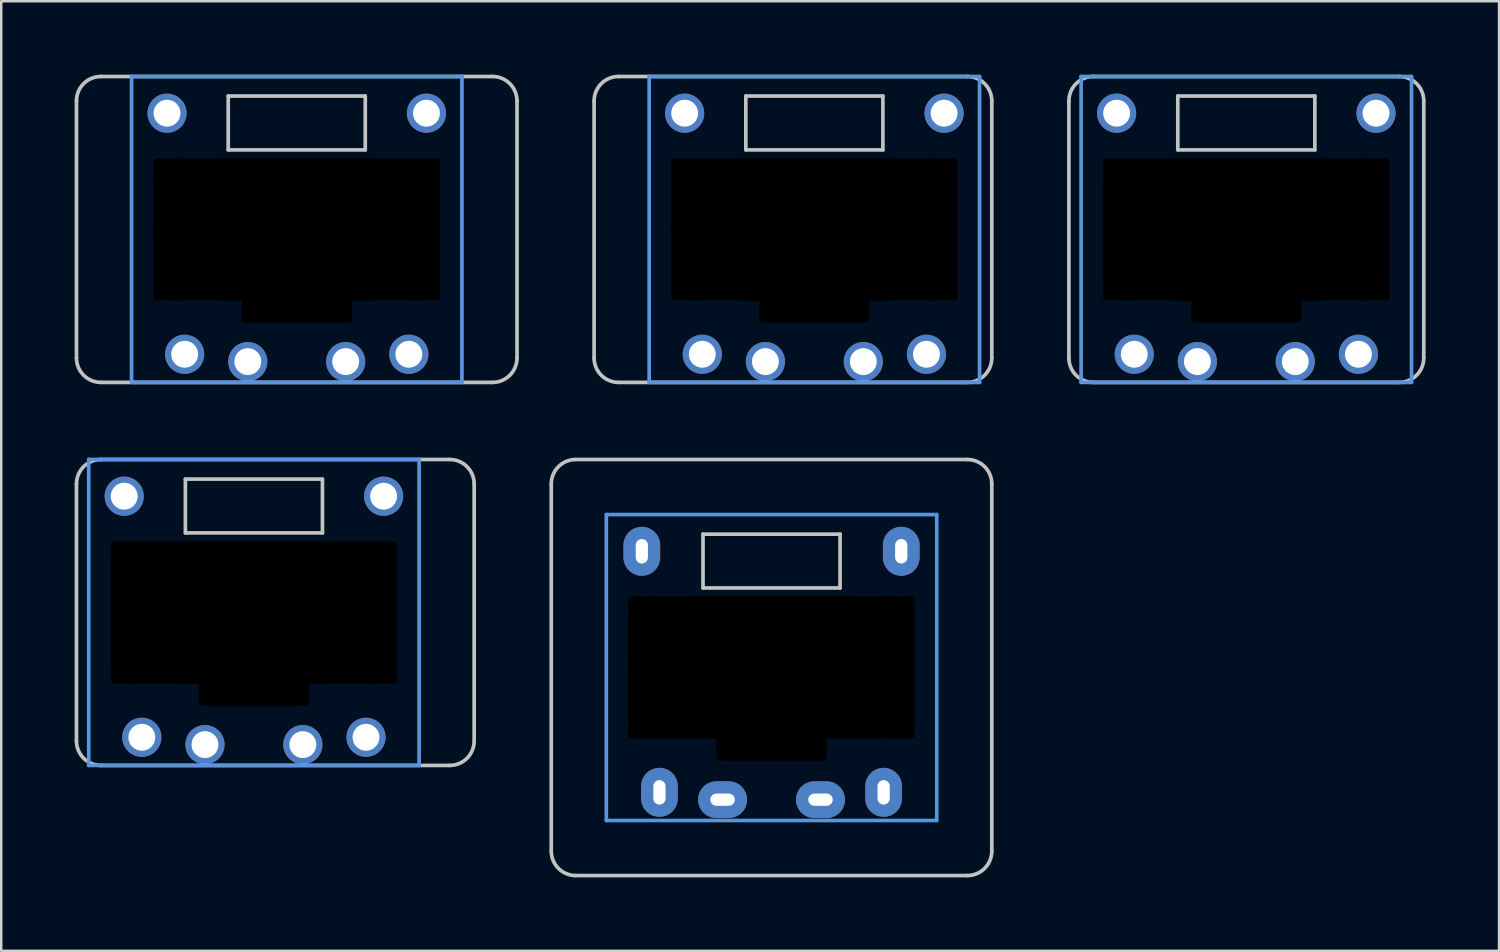
<source format=kicad_pcb>
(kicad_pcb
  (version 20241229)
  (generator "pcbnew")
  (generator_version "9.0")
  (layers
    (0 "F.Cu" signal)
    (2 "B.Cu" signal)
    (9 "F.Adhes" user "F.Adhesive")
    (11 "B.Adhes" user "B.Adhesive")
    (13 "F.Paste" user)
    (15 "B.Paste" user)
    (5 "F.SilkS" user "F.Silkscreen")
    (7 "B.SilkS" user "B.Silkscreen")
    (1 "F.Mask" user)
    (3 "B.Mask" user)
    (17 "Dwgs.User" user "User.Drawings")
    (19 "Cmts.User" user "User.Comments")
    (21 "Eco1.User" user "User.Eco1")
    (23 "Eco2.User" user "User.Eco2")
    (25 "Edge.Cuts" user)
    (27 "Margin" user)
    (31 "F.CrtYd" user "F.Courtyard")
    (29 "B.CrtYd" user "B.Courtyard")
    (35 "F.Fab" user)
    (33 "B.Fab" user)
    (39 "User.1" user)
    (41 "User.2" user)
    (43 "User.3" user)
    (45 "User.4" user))
  (footprint "pg1232-RH"
    (layer "F.Cu")
    (at 28.475 24.225)
    (property "Reference" "pg1232-RH" (at 0 0 0) (layer "F.Fab") (effects (font (size 1 1) (thickness 0.15))))
    (attr through_hole)
    (fp_line (start -9 7.5) (end -9 -7.5) (stroke (width 0.15) (type solid)) (layer "Dwgs.User"))
    (fp_line (start -8 -8.5) (end 8 -8.5) (stroke (width 0.15) (type solid)) (layer "Dwgs.User"))
    (fp_line (start -2.8 -5.45) (end -2.8 -3.25) (stroke (width 0.15) (type solid)) (layer "Dwgs.User"))
    (fp_line (start -2.8 -3.25) (end 2.8 -3.25) (stroke (width 0.15) (type solid)) (layer "Dwgs.User"))
    (fp_line (start 2.8 -5.45) (end -2.8 -5.45) (stroke (width 0.15) (type solid)) (layer "Dwgs.User"))
    (fp_line (start 2.8 -3.25) (end 2.8 -5.45) (stroke (width 0.15) (type solid)) (layer "Dwgs.User"))
    (fp_line (start 8 8.5) (end -8 8.5) (stroke (width 0.15) (type solid)) (layer "Dwgs.User"))
    (fp_line (start 9 -7.5) (end 9 7.5) (stroke (width 0.15) (type solid)) (layer "Dwgs.User"))
    (fp_arc (start -9 -7.5) (mid -8.707107 -8.207107) (end -8 -8.5) (stroke (width 0.15) (type solid)) (layer "Dwgs.User"))
    (fp_arc (start -8 8.5) (mid -8.707107 8.207107) (end -9 7.5) (stroke (width 0.15) (type solid)) (layer "Dwgs.User"))
    (fp_arc (start 8 -8.5) (mid 8.707107 -8.207107) (end 9 -7.5) (stroke (width 0.15) (type solid)) (layer "Dwgs.User"))
    (fp_arc (start 9 7.5) (mid 8.707107 8.207107) (end 8 8.5) (stroke (width 0.15) (type solid)) (layer "Dwgs.User"))
    (fp_line (start -6.75 -6.25) (end -6.75 6.25) (stroke (width 0.15) (type solid)) (layer "Cmts.User"))
    (fp_line (start -6.75 6.25) (end 6.75 6.25) (stroke (width 0.15) (type solid)) (layer "Cmts.User"))
    (fp_line (start 6.75 -6.25) (end -6.75 -6.25) (stroke (width 0.15) (type solid)) (layer "Cmts.User"))
    (fp_line (start 6.75 6.25) (end 6.75 -6.25) (stroke (width 0.15) (type solid)) (layer "Cmts.User"))
    (pad "" np_thru_hole oval (at -5.7 0 90) (size 5.8 0.3) (drill oval 5.8 0.3) (layers "*.Mask"))
    (pad "" thru_hole oval (at -5.3 -4.75 90) (size 2 1.5) (drill oval 1 0.5) (layers "*.Cu" "*.Mask"))
    (pad "" np_thru_hole oval (at -4.85 0) (size 2 5.8) (drill oval 2 5.8) (layers "*.Mask"))
    (pad "" np_thru_hole oval (at -2.1 3.25 90) (size 1.1 0.3) (drill oval 1.1 0.3) (layers "*.Mask"))
    (pad "" np_thru_hole oval (at 0 -2.75) (size 11.7 0.3) (drill oval 11.7 0.3) (layers "*.Mask"))
    (pad "" np_thru_hole oval (at 0 0) (size 11.7 5.8) (drill oval 11.7 5.8) (layers "*.Mask"))
    (pad "" np_thru_hole oval (at 0 2.75) (size 11.7 0.3) (drill oval 11.7 0.3) (layers "*.Mask"))
    (pad "" np_thru_hole oval (at 0 3.3) (size 4.5 1) (drill oval 4.5 1) (layers "*.Mask"))
    (pad "" np_thru_hole oval (at 0 3.65) (size 4.5 0.3) (drill oval 4.5 0.3) (layers "*.Mask"))
    (pad "" np_thru_hole oval (at 2.1 3.25 90) (size 1.1 0.3) (drill oval 1.1 0.3) (layers "*.Mask"))
    (pad "" np_thru_hole oval (at 4.85 0) (size 2 5.8) (drill oval 2 5.8) (layers "*.Mask"))
    (pad "" thru_hole oval (at 5.3 -4.75 90) (size 2 1.5) (drill oval 1 0.5) (layers "*.Cu" "*.Mask"))
    (pad "" np_thru_hole oval (at 5.7 0 90) (size 5.8 0.3) (drill oval 5.8 0.3) (layers "*.Mask"))
    (pad "1" thru_hole oval (at -2 5.4) (size 2 1.5) (drill oval 1 0.5) (layers "*.Cu" "F.Mask"))
    (pad "1" thru_hole oval (at 2 5.4) (size 2 1.5) (drill oval 1 0.5) (layers "*.Cu" "B.Mask"))
    (pad "2" thru_hole oval (at -4.58 5.1 90) (size 2 1.5) (drill oval 1 0.5) (layers "*.Cu" "B.Mask"))
    (pad "2" thru_hole oval (at 4.58 5.1 90) (size 2 1.5) (drill oval 1 0.5) (layers "*.Cu" "F.Mask")))
  (footprint "pg1232-RCL"
    (layer "F.Cu")
    (at 30.225 6.325)
    (property "Reference" "pg1232-RCL" (at 0 0 0) (layer "F.Fab") (effects (font (size 1 1) (thickness 0.15))))
    (attr through_hole)
    (fp_line (start -9 5.25) (end -9 -5.25) (stroke (width 0.15) (type solid)) (layer "Dwgs.User"))
    (fp_line (start -8 -6.25) (end 6.25 -6.25) (stroke (width 0.15) (type solid)) (layer "Dwgs.User"))
    (fp_line (start -2.8 -5.45) (end -2.8 -3.25) (stroke (width 0.15) (type solid)) (layer "Dwgs.User"))
    (fp_line (start -2.8 -3.25) (end 2.8 -3.25) (stroke (width 0.15) (type solid)) (layer "Dwgs.User"))
    (fp_line (start 2.8 -5.45) (end -2.8 -5.45) (stroke (width 0.15) (type solid)) (layer "Dwgs.User"))
    (fp_line (start 2.8 -3.25) (end 2.8 -5.45) (stroke (width 0.15) (type solid)) (layer "Dwgs.User"))
    (fp_line (start 6.25 6.25) (end -8 6.25) (stroke (width 0.15) (type solid)) (layer "Dwgs.User"))
    (fp_line (start 7.25 -5.25) (end 7.25 5.25) (stroke (width 0.15) (type solid)) (layer "Dwgs.User"))
    (fp_arc (start -9 -5.25) (mid -8.707107 -5.957107) (end -8 -6.25) (stroke (width 0.15) (type solid)) (layer "Dwgs.User"))
    (fp_arc (start -8 6.25) (mid -8.707107 5.957107) (end -9 5.25) (stroke (width 0.15) (type solid)) (layer "Dwgs.User"))
    (fp_arc (start 6.25 -6.25) (mid 6.957107 -5.957107) (end 7.25 -5.25) (stroke (width 0.15) (type solid)) (layer "Dwgs.User"))
    (fp_arc (start 7.25 5.25) (mid 6.957107 5.957107) (end 6.25 6.25) (stroke (width 0.15) (type solid)) (layer "Dwgs.User"))
    (fp_line (start -6.75 -6.25) (end -6.75 6.25) (stroke (width 0.15) (type solid)) (layer "Cmts.User"))
    (fp_line (start -6.75 6.25) (end 6.75 6.25) (stroke (width 0.15) (type solid)) (layer "Cmts.User"))
    (fp_line (start 6.75 -6.25) (end -6.75 -6.25) (stroke (width 0.15) (type solid)) (layer "Cmts.User"))
    (fp_line (start 6.75 6.25) (end 6.75 -6.25) (stroke (width 0.15) (type solid)) (layer "Cmts.User"))
    (pad "" np_thru_hole oval (at -5.7 0 90) (size 5.8 0.3) (drill oval 5.8 0.3) (layers "*.Mask"))
    (pad "" np_thru_hole oval (at -4.85 0) (size 2 5.8) (drill oval 2 5.8) (layers "*.Mask"))
    (pad "" np_thru_hole oval (at -2.1 3.25 90) (size 1.1 0.3) (drill oval 1.1 0.3) (layers "*.Mask"))
    (pad "" np_thru_hole oval (at 0 -2.75) (size 11.7 0.3) (drill oval 11.7 0.3) (layers "*.Mask"))
    (pad "" np_thru_hole oval (at 0 0) (size 11.7 5.8) (drill oval 11.7 5.8) (layers "*.Mask"))
    (pad "" np_thru_hole oval (at 0 2.75) (size 11.7 0.3) (drill oval 11.7 0.3) (layers "*.Mask"))
    (pad "" np_thru_hole oval (at 0 3.3) (size 4.5 1) (drill oval 4.5 1) (layers "*.Mask"))
    (pad "" np_thru_hole oval (at 0 3.65) (size 4.5 0.3) (drill oval 4.5 0.3) (layers "*.Mask"))
    (pad "" np_thru_hole oval (at 2.1 3.25 90) (size 1.1 0.3) (drill oval 1.1 0.3) (layers "*.Mask"))
    (pad "" np_thru_hole oval (at 4.85 0) (size 2 5.8) (drill oval 2 5.8) (layers "*.Mask"))
    (pad "" np_thru_hole oval (at 5.7 0 90) (size 5.8 0.3) (drill oval 5.8 0.3) (layers "*.Mask"))
    (pad "1" thru_hole circle (at -2 5.4) (size 1.6 1.6) (drill 1.1) (layers "*.Cu" "F.Mask"))
    (pad "1" thru_hole circle (at 2 5.4) (size 1.6 1.6) (drill 1.1) (layers "*.Cu" "B.Mask"))
    (pad "2" thru_hole circle (at -4.58 5.1) (size 1.6 1.6) (drill 1.1) (layers "*.Cu" "B.Mask"))
    (pad "2" thru_hole circle (at 4.58 5.1) (size 1.6 1.6) (drill 1.1) (layers "*.Cu" "F.Mask"))
    (pad "4" thru_hole circle (at 5.3 -4.75) (size 1.6 1.6) (drill 1.1) (layers "*.Cu" "*.Mask"))
    (pad "5" thru_hole circle (at -5.3 -4.75) (size 1.6 1.6) (drill 1.1) (layers "*.Cu" "*.Mask")))
  (footprint "pg1232-RC"
    (layer "F.Cu")
    (at 9.075 6.325)
    (property "Reference" "pg1232-RC" (at 0 0 0) (layer "F.Fab") (effects (font (size 1 1) (thickness 0.15))))
    (attr through_hole)
    (fp_line (start -9 5.25) (end -9 -5.25) (stroke (width 0.15) (type solid)) (layer "Dwgs.User"))
    (fp_line (start -8 -6.25) (end 8 -6.25) (stroke (width 0.15) (type solid)) (layer "Dwgs.User"))
    (fp_line (start -2.8 -5.45) (end -2.8 -3.25) (stroke (width 0.15) (type solid)) (layer "Dwgs.User"))
    (fp_line (start -2.8 -3.25) (end 2.8 -3.25) (stroke (width 0.15) (type solid)) (layer "Dwgs.User"))
    (fp_line (start 2.8 -5.45) (end -2.8 -5.45) (stroke (width 0.15) (type solid)) (layer "Dwgs.User"))
    (fp_line (start 2.8 -3.25) (end 2.8 -5.45) (stroke (width 0.15) (type solid)) (layer "Dwgs.User"))
    (fp_line (start 8 6.25) (end -8 6.25) (stroke (width 0.15) (type solid)) (layer "Dwgs.User"))
    (fp_line (start 9 -5.25) (end 9 5.25) (stroke (width 0.15) (type solid)) (layer "Dwgs.User"))
    (fp_arc (start -9 -5.25) (mid -8.707107 -5.957107) (end -8 -6.25) (stroke (width 0.15) (type solid)) (layer "Dwgs.User"))
    (fp_arc (start -8 6.25) (mid -8.707107 5.957107) (end -9 5.25) (stroke (width 0.15) (type solid)) (layer "Dwgs.User"))
    (fp_arc (start 8 -6.25) (mid 8.707107 -5.957107) (end 9 -5.25) (stroke (width 0.15) (type solid)) (layer "Dwgs.User"))
    (fp_arc (start 9 5.25) (mid 8.707107 5.957107) (end 8 6.25) (stroke (width 0.15) (type solid)) (layer "Dwgs.User"))
    (fp_line (start -6.75 -6.25) (end -6.75 6.25) (stroke (width 0.15) (type solid)) (layer "Cmts.User"))
    (fp_line (start -6.75 6.25) (end 6.75 6.25) (stroke (width 0.15) (type solid)) (layer "Cmts.User"))
    (fp_line (start 6.75 -6.25) (end -6.75 -6.25) (stroke (width 0.15) (type solid)) (layer "Cmts.User"))
    (fp_line (start 6.75 6.25) (end 6.75 -6.25) (stroke (width 0.15) (type solid)) (layer "Cmts.User"))
    (pad "" np_thru_hole oval (at -5.7 0 90) (size 5.8 0.3) (drill oval 5.8 0.3) (layers "*.Mask"))
    (pad "" thru_hole circle (at -5.3 -4.75) (size 1.6 1.6) (drill 1.1) (layers "*.Cu" "*.Mask"))
    (pad "" np_thru_hole oval (at -4.85 0) (size 2 5.8) (drill oval 2 5.8) (layers "*.Mask"))
    (pad "" np_thru_hole oval (at -2.1 3.25 90) (size 1.1 0.3) (drill oval 1.1 0.3) (layers "*.Mask"))
    (pad "" np_thru_hole oval (at 0 -2.75) (size 11.7 0.3) (drill oval 11.7 0.3) (layers "*.Mask"))
    (pad "" np_thru_hole oval (at 0 0) (size 11.7 5.8) (drill oval 11.7 5.8) (layers "*.Mask"))
    (pad "" np_thru_hole oval (at 0 2.75) (size 11.7 0.3) (drill oval 11.7 0.3) (layers "*.Mask"))
    (pad "" np_thru_hole oval (at 0 3.3) (size 4.5 1) (drill oval 4.5 1) (layers "*.Mask"))
    (pad "" np_thru_hole oval (at 0 3.65) (size 4.5 0.3) (drill oval 4.5 0.3) (layers "*.Mask"))
    (pad "" np_thru_hole oval (at 2.1 3.25 90) (size 1.1 0.3) (drill oval 1.1 0.3) (layers "*.Mask"))
    (pad "" np_thru_hole oval (at 4.85 0) (size 2 5.8) (drill oval 2 5.8) (layers "*.Mask"))
    (pad "" thru_hole circle (at 5.3 -4.75) (size 1.6 1.6) (drill 1.1) (layers "*.Cu" "*.Mask"))
    (pad "" np_thru_hole oval (at 5.7 0 90) (size 5.8 0.3) (drill oval 5.8 0.3) (layers "*.Mask"))
    (pad "1" thru_hole circle (at -2 5.4) (size 1.6 1.6) (drill 1.1) (layers "*.Cu" "F.Mask"))
    (pad "1" thru_hole circle (at 2 5.4) (size 1.6 1.6) (drill 1.1) (layers "*.Cu" "B.Mask"))
    (pad "2" thru_hole circle (at -4.58 5.1) (size 1.6 1.6) (drill 1.1) (layers "*.Cu" "B.Mask"))
    (pad "2" thru_hole circle (at 4.58 5.1) (size 1.6 1.6) (drill 1.1) (layers "*.Cu" "F.Mask")))
  (footprint "pg1232-RCN"
    (layer "F.Cu")
    (at 47.875 6.325)
    (property "Reference" "pg1232-RCN" (at 0 0 0) (layer "F.Fab") (effects (font (size 1 1) (thickness 0.15))))
    (attr through_hole)
    (fp_line (start -7.25 5.25) (end -7.25 -5.25) (stroke (width 0.15) (type solid)) (layer "Dwgs.User"))
    (fp_line (start -6.25 -6.25) (end 6.25 -6.25) (stroke (width 0.15) (type solid)) (layer "Dwgs.User"))
    (fp_line (start -2.8 -5.45) (end -2.8 -3.25) (stroke (width 0.15) (type solid)) (layer "Dwgs.User"))
    (fp_line (start -2.8 -3.25) (end 2.8 -3.25) (stroke (width 0.15) (type solid)) (layer "Dwgs.User"))
    (fp_line (start 2.8 -5.45) (end -2.8 -5.45) (stroke (width 0.15) (type solid)) (layer "Dwgs.User"))
    (fp_line (start 2.8 -3.25) (end 2.8 -5.45) (stroke (width 0.15) (type solid)) (layer "Dwgs.User"))
    (fp_line (start 6.25 6.25) (end -6.25 6.25) (stroke (width 0.15) (type solid)) (layer "Dwgs.User"))
    (fp_line (start 7.25 -5.25) (end 7.25 5.25) (stroke (width 0.15) (type solid)) (layer "Dwgs.User"))
    (fp_arc (start -7.25 -5.25) (mid -6.957107 -5.957107) (end -6.25 -6.25) (stroke (width 0.15) (type solid)) (layer "Dwgs.User"))
    (fp_arc (start -6.25 6.25) (mid -6.957107 5.957107) (end -7.25 5.25) (stroke (width 0.15) (type solid)) (layer "Dwgs.User"))
    (fp_arc (start 6.25 -6.25) (mid 6.957107 -5.957107) (end 7.25 -5.25) (stroke (width 0.15) (type solid)) (layer "Dwgs.User"))
    (fp_arc (start 7.25 5.25) (mid 6.957107 5.957107) (end 6.25 6.25) (stroke (width 0.15) (type solid)) (layer "Dwgs.User"))
    (fp_line (start -6.75 -6.25) (end -6.75 6.25) (stroke (width 0.15) (type solid)) (layer "Cmts.User"))
    (fp_line (start -6.75 6.25) (end 6.75 6.25) (stroke (width 0.15) (type solid)) (layer "Cmts.User"))
    (fp_line (start 6.75 -6.25) (end -6.75 -6.25) (stroke (width 0.15) (type solid)) (layer "Cmts.User"))
    (fp_line (start 6.75 6.25) (end 6.75 -6.25) (stroke (width 0.15) (type solid)) (layer "Cmts.User"))
    (pad "" np_thru_hole oval (at -5.7 0 90) (size 5.8 0.3) (drill oval 5.8 0.3) (layers "*.Mask"))
    (pad "" thru_hole circle (at -5.3 -4.75) (size 1.6 1.6) (drill 1.1) (layers "*.Cu" "*.Mask"))
    (pad "" np_thru_hole oval (at -4.85 0) (size 2 5.8) (drill oval 2 5.8) (layers "*.Mask"))
    (pad "" np_thru_hole oval (at -2.1 3.25 90) (size 1.1 0.3) (drill oval 1.1 0.3) (layers "*.Mask"))
    (pad "" np_thru_hole oval (at 0 -2.75) (size 11.7 0.3) (drill oval 11.7 0.3) (layers "*.Mask"))
    (pad "" np_thru_hole oval (at 0 0) (size 11.7 5.8) (drill oval 11.7 5.8) (layers "*.Mask"))
    (pad "" np_thru_hole oval (at 0 2.75) (size 11.7 0.3) (drill oval 11.7 0.3) (layers "*.Mask"))
    (pad "" np_thru_hole oval (at 0 3.3) (size 4.5 1) (drill oval 4.5 1) (layers "*.Mask"))
    (pad "" np_thru_hole oval (at 0 3.65) (size 4.5 0.3) (drill oval 4.5 0.3) (layers "*.Mask"))
    (pad "" np_thru_hole oval (at 2.1 3.25 90) (size 1.1 0.3) (drill oval 1.1 0.3) (layers "*.Mask"))
    (pad "" np_thru_hole oval (at 4.85 0) (size 2 5.8) (drill oval 2 5.8) (layers "*.Mask"))
    (pad "" thru_hole circle (at 5.3 -4.75) (size 1.6 1.6) (drill 1.1) (layers "*.Cu" "*.Mask"))
    (pad "" np_thru_hole oval (at 5.7 0 90) (size 5.8 0.3) (drill oval 5.8 0.3) (layers "*.Mask"))
    (pad "1" thru_hole circle (at -2 5.4) (size 1.6 1.6) (drill 1.1) (layers "*.Cu" "F.Mask"))
    (pad "1" thru_hole circle (at 2 5.4) (size 1.6 1.6) (drill 1.1) (layers "*.Cu" "B.Mask"))
    (pad "2" thru_hole circle (at -4.58 5.1) (size 1.6 1.6) (drill 1.1) (layers "*.Cu" "B.Mask"))
    (pad "2" thru_hole circle (at 4.58 5.1) (size 1.6 1.6) (drill 1.1) (layers "*.Cu" "F.Mask")))
  (footprint "pg1232-RCR"
    (layer "F.Cu")
    (at 7.325 21.975)
    (property "Reference" "pg1232-RCR" (at 0 0 0) (layer "F.Fab") (effects (font (size 1 1) (thickness 0.15))))
    (attr through_hole)
    (fp_line (start -7.25 5.25) (end -7.25 -5.25) (stroke (width 0.15) (type solid)) (layer "Dwgs.User"))
    (fp_line (start -6.25 -6.25) (end 8 -6.25) (stroke (width 0.15) (type solid)) (layer "Dwgs.User"))
    (fp_line (start -2.8 -5.45) (end -2.8 -3.25) (stroke (width 0.15) (type solid)) (layer "Dwgs.User"))
    (fp_line (start -2.8 -3.25) (end 2.8 -3.25) (stroke (width 0.15) (type solid)) (layer "Dwgs.User"))
    (fp_line (start 2.8 -5.45) (end -2.8 -5.45) (stroke (width 0.15) (type solid)) (layer "Dwgs.User"))
    (fp_line (start 2.8 -3.25) (end 2.8 -5.45) (stroke (width 0.15) (type solid)) (layer "Dwgs.User"))
    (fp_line (start 8 6.25) (end -6.25 6.25) (stroke (width 0.15) (type solid)) (layer "Dwgs.User"))
    (fp_line (start 9 -5.25) (end 9 5.25) (stroke (width 0.15) (type solid)) (layer "Dwgs.User"))
    (fp_arc (start -7.25 -5.25) (mid -6.957107 -5.957107) (end -6.25 -6.25) (stroke (width 0.15) (type solid)) (layer "Dwgs.User"))
    (fp_arc (start -6.25 6.25) (mid -6.957107 5.957107) (end -7.25 5.25) (stroke (width 0.15) (type solid)) (layer "Dwgs.User"))
    (fp_arc (start 8 -6.25) (mid 8.707107 -5.957107) (end 9 -5.25) (stroke (width 0.15) (type solid)) (layer "Dwgs.User"))
    (fp_arc (start 9 5.25) (mid 8.707107 5.957107) (end 8 6.25) (stroke (width 0.15) (type solid)) (layer "Dwgs.User"))
    (fp_line (start -6.75 -6.25) (end -6.75 6.25) (stroke (width 0.15) (type solid)) (layer "Cmts.User"))
    (fp_line (start -6.75 6.25) (end 6.75 6.25) (stroke (width 0.15) (type solid)) (layer "Cmts.User"))
    (fp_line (start 6.75 -6.25) (end -6.75 -6.25) (stroke (width 0.15) (type solid)) (layer "Cmts.User"))
    (fp_line (start 6.75 6.25) (end 6.75 -6.25) (stroke (width 0.15) (type solid)) (layer "Cmts.User"))
    (pad "" np_thru_hole oval (at -5.7 0 90) (size 5.8 0.3) (drill oval 5.8 0.3) (layers "*.Mask"))
    (pad "" np_thru_hole oval (at -4.85 0) (size 2 5.8) (drill oval 2 5.8) (layers "*.Mask"))
    (pad "" np_thru_hole oval (at -2.1 3.25 90) (size 1.1 0.3) (drill oval 1.1 0.3) (layers "*.Mask"))
    (pad "" np_thru_hole oval (at 0 -2.75) (size 11.7 0.3) (drill oval 11.7 0.3) (layers "*.Mask"))
    (pad "" np_thru_hole oval (at 0 0) (size 11.7 5.8) (drill oval 11.7 5.8) (layers "*.Mask"))
    (pad "" np_thru_hole oval (at 0 2.75) (size 11.7 0.3) (drill oval 11.7 0.3) (layers "*.Mask"))
    (pad "" np_thru_hole oval (at 0 3.3) (size 4.5 1) (drill oval 4.5 1) (layers "*.Mask"))
    (pad "" np_thru_hole oval (at 0 3.65) (size 4.5 0.3) (drill oval 4.5 0.3) (layers "*.Mask"))
    (pad "" np_thru_hole oval (at 2.1 3.25 90) (size 1.1 0.3) (drill oval 1.1 0.3) (layers "*.Mask"))
    (pad "" np_thru_hole oval (at 4.85 0) (size 2 5.8) (drill oval 2 5.8) (layers "*.Mask"))
    (pad "" np_thru_hole oval (at 5.7 0 90) (size 5.8 0.3) (drill oval 5.8 0.3) (layers "*.Mask"))
    (pad "1" thru_hole circle (at -2 5.4) (size 1.6 1.6) (drill 1.1) (layers "*.Cu" "F.Mask"))
    (pad "1" thru_hole circle (at 2 5.4) (size 1.6 1.6) (drill 1.1) (layers "*.Cu" "B.Mask"))
    (pad "2" thru_hole circle (at -4.58 5.1) (size 1.6 1.6) (drill 1.1) (layers "*.Cu" "B.Mask"))
    (pad "2" thru_hole circle (at 4.58 5.1) (size 1.6 1.6) (drill 1.1) (layers "*.Cu" "F.Mask"))
    (pad "3" thru_hole circle (at 5.3 -4.75) (size 1.6 1.6) (drill 1.1) (layers "*.Cu" "*.Mask"))
    (pad "4" thru_hole circle (at -5.3 -4.75) (size 1.6 1.6) (drill 1.1) (layers "*.Cu" "*.Mask")))
  (gr_rect
    (start -3 -3)
    (end 58.2 35.8)
    (stroke (width 0.1) (type default))
    (fill no)
    (layer "Edge.Cuts")))
</source>
